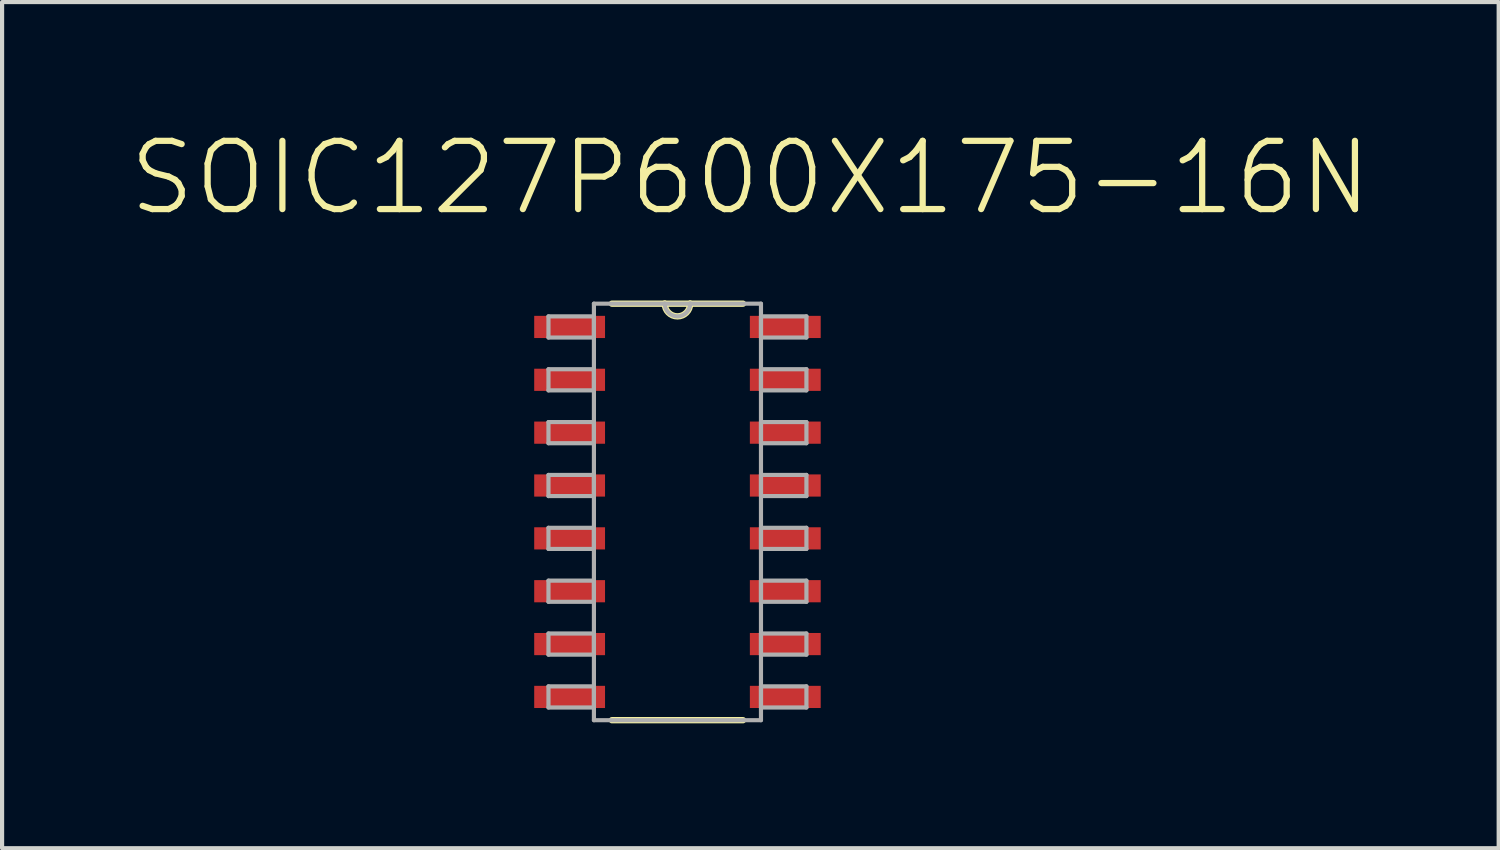
<source format=kicad_pcb>
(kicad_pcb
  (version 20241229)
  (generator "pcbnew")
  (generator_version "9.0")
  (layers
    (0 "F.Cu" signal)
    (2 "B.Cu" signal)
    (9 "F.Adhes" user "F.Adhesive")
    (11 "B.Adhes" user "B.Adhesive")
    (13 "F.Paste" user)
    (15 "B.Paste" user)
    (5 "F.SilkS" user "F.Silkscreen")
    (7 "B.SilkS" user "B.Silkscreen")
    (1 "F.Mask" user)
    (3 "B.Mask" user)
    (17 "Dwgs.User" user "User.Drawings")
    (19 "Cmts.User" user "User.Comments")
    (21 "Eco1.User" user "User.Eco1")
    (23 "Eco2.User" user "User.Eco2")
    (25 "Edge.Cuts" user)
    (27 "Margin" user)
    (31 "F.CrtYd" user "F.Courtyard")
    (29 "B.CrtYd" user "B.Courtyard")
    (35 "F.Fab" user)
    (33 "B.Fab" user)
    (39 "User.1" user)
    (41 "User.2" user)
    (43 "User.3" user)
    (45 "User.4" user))
  (footprint "SOIC127P600X175-16N"
    (layer "F.Cu")
    (at 13.228 9.251)
    (property "Reference" "SOIC127P600X175-16N" (at 1.753 -8.028 0) (layer "F.SilkS") (effects (font (size 1.64 1.64) (thickness 0.15))))
    (attr through_hole)
    (fp_line (start -1.575 5.004) (end 1.575 5.004) (stroke (width 0.152) (type solid)) (layer "F.SilkS"))
    (fp_line (start -0.305 -5.004) (end -1.575 -5.004) (stroke (width 0.152) (type solid)) (layer "F.SilkS"))
    (fp_line (start 0.305 -5.004) (end -0.305 -5.004) (stroke (width 0.152) (type solid)) (layer "F.SilkS"))
    (fp_line (start 1.575 -5.004) (end 0.305 -5.004) (stroke (width 0.152) (type solid)) (layer "F.SilkS"))
    (fp_arc (start 0.3048 -5.0038) (mid 0 -4.699) (end -0.3048 -5.0038) (stroke (width 0.1524) (type solid)) (layer "F.SilkS"))
    (fp_line (start -3.099 -4.699) (end -3.099 -4.191) (stroke (width 0.1) (type solid)) (layer "F.Fab"))
    (fp_line (start -3.099 -4.191) (end -2.007 -4.191) (stroke (width 0.1) (type solid)) (layer "F.Fab"))
    (fp_line (start -3.099 -3.429) (end -3.099 -2.921) (stroke (width 0.1) (type solid)) (layer "F.Fab"))
    (fp_line (start -3.099 -2.921) (end -2.007 -2.921) (stroke (width 0.1) (type solid)) (layer "F.Fab"))
    (fp_line (start -3.099 -2.159) (end -3.099 -1.651) (stroke (width 0.1) (type solid)) (layer "F.Fab"))
    (fp_line (start -3.099 -1.651) (end -2.007 -1.651) (stroke (width 0.1) (type solid)) (layer "F.Fab"))
    (fp_line (start -3.099 -0.889) (end -3.099 -0.381) (stroke (width 0.1) (type solid)) (layer "F.Fab"))
    (fp_line (start -3.099 -0.381) (end -2.007 -0.381) (stroke (width 0.1) (type solid)) (layer "F.Fab"))
    (fp_line (start -3.099 0.381) (end -3.099 0.889) (stroke (width 0.1) (type solid)) (layer "F.Fab"))
    (fp_line (start -3.099 0.889) (end -2.007 0.889) (stroke (width 0.1) (type solid)) (layer "F.Fab"))
    (fp_line (start -3.099 1.651) (end -3.099 2.159) (stroke (width 0.1) (type solid)) (layer "F.Fab"))
    (fp_line (start -3.099 2.159) (end -2.007 2.159) (stroke (width 0.1) (type solid)) (layer "F.Fab"))
    (fp_line (start -3.099 2.921) (end -3.099 3.429) (stroke (width 0.1) (type solid)) (layer "F.Fab"))
    (fp_line (start -3.099 3.429) (end -2.007 3.429) (stroke (width 0.1) (type solid)) (layer "F.Fab"))
    (fp_line (start -3.099 4.191) (end -3.099 4.699) (stroke (width 0.1) (type solid)) (layer "F.Fab"))
    (fp_line (start -3.099 4.699) (end -2.007 4.699) (stroke (width 0.1) (type solid)) (layer "F.Fab"))
    (fp_line (start -2.007 -5.004) (end -2.007 5.004) (stroke (width 0.1) (type solid)) (layer "F.Fab"))
    (fp_line (start -2.007 -4.699) (end -3.099 -4.699) (stroke (width 0.1) (type solid)) (layer "F.Fab"))
    (fp_line (start -2.007 -4.191) (end -2.007 -4.699) (stroke (width 0.1) (type solid)) (layer "F.Fab"))
    (fp_line (start -2.007 -3.429) (end -3.099 -3.429) (stroke (width 0.1) (type solid)) (layer "F.Fab"))
    (fp_line (start -2.007 -2.921) (end -2.007 -3.429) (stroke (width 0.1) (type solid)) (layer "F.Fab"))
    (fp_line (start -2.007 -2.159) (end -3.099 -2.159) (stroke (width 0.1) (type solid)) (layer "F.Fab"))
    (fp_line (start -2.007 -1.651) (end -2.007 -2.159) (stroke (width 0.1) (type solid)) (layer "F.Fab"))
    (fp_line (start -2.007 -0.889) (end -3.099 -0.889) (stroke (width 0.1) (type solid)) (layer "F.Fab"))
    (fp_line (start -2.007 -0.381) (end -2.007 -0.889) (stroke (width 0.1) (type solid)) (layer "F.Fab"))
    (fp_line (start -2.007 0.381) (end -3.099 0.381) (stroke (width 0.1) (type solid)) (layer "F.Fab"))
    (fp_line (start -2.007 0.889) (end -2.007 0.381) (stroke (width 0.1) (type solid)) (layer "F.Fab"))
    (fp_line (start -2.007 1.651) (end -3.099 1.651) (stroke (width 0.1) (type solid)) (layer "F.Fab"))
    (fp_line (start -2.007 2.159) (end -2.007 1.651) (stroke (width 0.1) (type solid)) (layer "F.Fab"))
    (fp_line (start -2.007 2.921) (end -3.099 2.921) (stroke (width 0.1) (type solid)) (layer "F.Fab"))
    (fp_line (start -2.007 3.429) (end -2.007 2.921) (stroke (width 0.1) (type solid)) (layer "F.Fab"))
    (fp_line (start -2.007 4.191) (end -3.099 4.191) (stroke (width 0.1) (type solid)) (layer "F.Fab"))
    (fp_line (start -2.007 4.699) (end -2.007 4.191) (stroke (width 0.1) (type solid)) (layer "F.Fab"))
    (fp_line (start -2.007 5.004) (end 2.007 5.004) (stroke (width 0.1) (type solid)) (layer "F.Fab"))
    (fp_line (start -0.305 -5.004) (end -2.007 -5.004) (stroke (width 0.1) (type solid)) (layer "F.Fab"))
    (fp_line (start 0.305 -5.004) (end -0.305 -5.004) (stroke (width 0.1) (type solid)) (layer "F.Fab"))
    (fp_line (start 2.007 -5.004) (end 0.305 -5.004) (stroke (width 0.1) (type solid)) (layer "F.Fab"))
    (fp_line (start 2.007 -4.699) (end 2.007 -4.191) (stroke (width 0.1) (type solid)) (layer "F.Fab"))
    (fp_line (start 2.007 -4.191) (end 3.099 -4.191) (stroke (width 0.1) (type solid)) (layer "F.Fab"))
    (fp_line (start 2.007 -3.429) (end 2.007 -2.921) (stroke (width 0.1) (type solid)) (layer "F.Fab"))
    (fp_line (start 2.007 -2.921) (end 3.099 -2.921) (stroke (width 0.1) (type solid)) (layer "F.Fab"))
    (fp_line (start 2.007 -2.159) (end 2.007 -1.651) (stroke (width 0.1) (type solid)) (layer "F.Fab"))
    (fp_line (start 2.007 -1.651) (end 3.099 -1.651) (stroke (width 0.1) (type solid)) (layer "F.Fab"))
    (fp_line (start 2.007 -0.889) (end 2.007 -0.381) (stroke (width 0.1) (type solid)) (layer "F.Fab"))
    (fp_line (start 2.007 -0.381) (end 3.099 -0.381) (stroke (width 0.1) (type solid)) (layer "F.Fab"))
    (fp_line (start 2.007 0.381) (end 2.007 0.889) (stroke (width 0.1) (type solid)) (layer "F.Fab"))
    (fp_line (start 2.007 0.889) (end 3.099 0.889) (stroke (width 0.1) (type solid)) (layer "F.Fab"))
    (fp_line (start 2.007 1.651) (end 2.007 2.159) (stroke (width 0.1) (type solid)) (layer "F.Fab"))
    (fp_line (start 2.007 2.159) (end 3.099 2.159) (stroke (width 0.1) (type solid)) (layer "F.Fab"))
    (fp_line (start 2.007 2.921) (end 2.007 3.429) (stroke (width 0.1) (type solid)) (layer "F.Fab"))
    (fp_line (start 2.007 3.429) (end 3.099 3.429) (stroke (width 0.1) (type solid)) (layer "F.Fab"))
    (fp_line (start 2.007 4.191) (end 2.007 4.699) (stroke (width 0.1) (type solid)) (layer "F.Fab"))
    (fp_line (start 2.007 4.699) (end 3.099 4.699) (stroke (width 0.1) (type solid)) (layer "F.Fab"))
    (fp_line (start 2.007 5.004) (end 2.007 -5.004) (stroke (width 0.1) (type solid)) (layer "F.Fab"))
    (fp_line (start 3.099 -4.699) (end 2.007 -4.699) (stroke (width 0.1) (type solid)) (layer "F.Fab"))
    (fp_line (start 3.099 -4.191) (end 3.099 -4.699) (stroke (width 0.1) (type solid)) (layer "F.Fab"))
    (fp_line (start 3.099 -3.429) (end 2.007 -3.429) (stroke (width 0.1) (type solid)) (layer "F.Fab"))
    (fp_line (start 3.099 -2.921) (end 3.099 -3.429) (stroke (width 0.1) (type solid)) (layer "F.Fab"))
    (fp_line (start 3.099 -2.159) (end 2.007 -2.159) (stroke (width 0.1) (type solid)) (layer "F.Fab"))
    (fp_line (start 3.099 -1.651) (end 3.099 -2.159) (stroke (width 0.1) (type solid)) (layer "F.Fab"))
    (fp_line (start 3.099 -0.889) (end 2.007 -0.889) (stroke (width 0.1) (type solid)) (layer "F.Fab"))
    (fp_line (start 3.099 -0.381) (end 3.099 -0.889) (stroke (width 0.1) (type solid)) (layer "F.Fab"))
    (fp_line (start 3.099 0.381) (end 2.007 0.381) (stroke (width 0.1) (type solid)) (layer "F.Fab"))
    (fp_line (start 3.099 0.889) (end 3.099 0.381) (stroke (width 0.1) (type solid)) (layer "F.Fab"))
    (fp_line (start 3.099 1.651) (end 2.007 1.651) (stroke (width 0.1) (type solid)) (layer "F.Fab"))
    (fp_line (start 3.099 2.159) (end 3.099 1.651) (stroke (width 0.1) (type solid)) (layer "F.Fab"))
    (fp_line (start 3.099 2.921) (end 2.007 2.921) (stroke (width 0.1) (type solid)) (layer "F.Fab"))
    (fp_line (start 3.099 3.429) (end 3.099 2.921) (stroke (width 0.1) (type solid)) (layer "F.Fab"))
    (fp_line (start 3.099 4.191) (end 2.007 4.191) (stroke (width 0.1) (type solid)) (layer "F.Fab"))
    (fp_line (start 3.099 4.699) (end 3.099 4.191) (stroke (width 0.1) (type solid)) (layer "F.Fab"))
    (fp_arc (start 0.3048 -5.0038) (mid 0 -4.699) (end -0.3048 -5.0038) (stroke (width 0.1) (type solid)) (layer "F.Fab"))
    (pad "1" smd rect (at -2.591 -4.445) (size 1.702 0.533) (layers "F.Cu" "F.Mask" "F.Paste"))
    (pad "2" smd rect (at -2.591 -3.175) (size 1.702 0.533) (layers "F.Cu" "F.Mask" "F.Paste"))
    (pad "3" smd rect (at -2.591 -1.905) (size 1.702 0.533) (layers "F.Cu" "F.Mask" "F.Paste"))
    (pad "4" smd rect (at -2.591 -0.635) (size 1.702 0.533) (layers "F.Cu" "F.Mask" "F.Paste"))
    (pad "5" smd rect (at -2.591 0.635) (size 1.702 0.533) (layers "F.Cu" "F.Mask" "F.Paste"))
    (pad "6" smd rect (at -2.591 1.905) (size 1.702 0.533) (layers "F.Cu" "F.Mask" "F.Paste"))
    (pad "7" smd rect (at -2.591 3.175) (size 1.702 0.533) (layers "F.Cu" "F.Mask" "F.Paste"))
    (pad "8" smd rect (at -2.591 4.445) (size 1.702 0.533) (layers "F.Cu" "F.Mask" "F.Paste"))
    (pad "9" smd rect (at 2.591 4.445) (size 1.702 0.533) (layers "F.Cu" "F.Mask" "F.Paste"))
    (pad "10" smd rect (at 2.591 3.175) (size 1.702 0.533) (layers "F.Cu" "F.Mask" "F.Paste"))
    (pad "11" smd rect (at 2.591 1.905) (size 1.702 0.533) (layers "F.Cu" "F.Mask" "F.Paste"))
    (pad "12" smd rect (at 2.591 0.635) (size 1.702 0.533) (layers "F.Cu" "F.Mask" "F.Paste"))
    (pad "13" smd rect (at 2.591 -0.635) (size 1.702 0.533) (layers "F.Cu" "F.Mask" "F.Paste"))
    (pad "14" smd rect (at 2.591 -1.905) (size 1.702 0.533) (layers "F.Cu" "F.Mask" "F.Paste"))
    (pad "15" smd rect (at 2.591 -3.175) (size 1.702 0.533) (layers "F.Cu" "F.Mask" "F.Paste"))
    (pad "16" smd rect (at 2.591 -4.445) (size 1.702 0.533) (layers "F.Cu" "F.Mask" "F.Paste")))
  (gr_rect
    (start -3 -3)
    (end 32.961 17.331)
    (stroke (width 0.1) (type default))
    (fill no)
    (layer "Edge.Cuts")))
</source>
